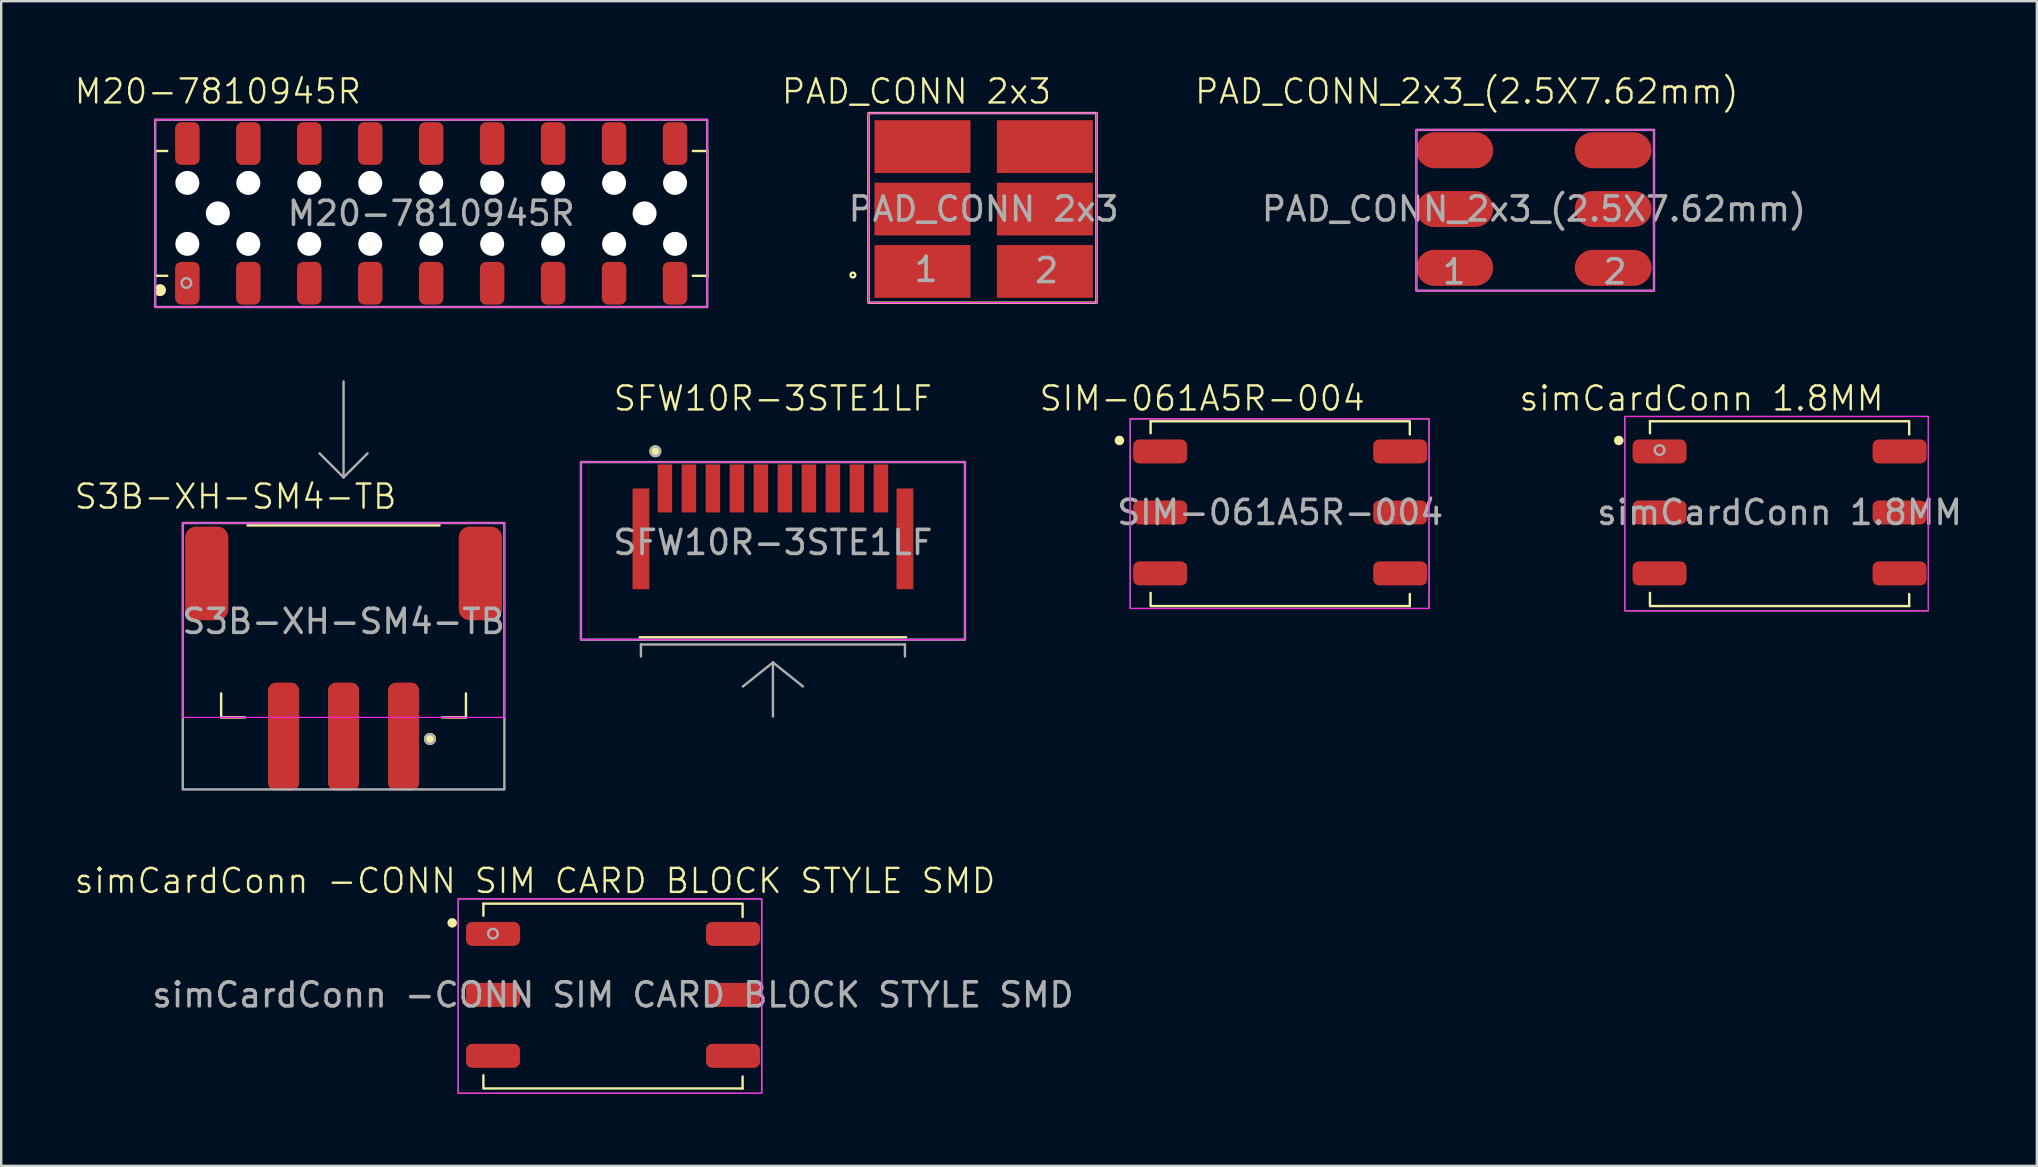
<source format=kicad_pcb>
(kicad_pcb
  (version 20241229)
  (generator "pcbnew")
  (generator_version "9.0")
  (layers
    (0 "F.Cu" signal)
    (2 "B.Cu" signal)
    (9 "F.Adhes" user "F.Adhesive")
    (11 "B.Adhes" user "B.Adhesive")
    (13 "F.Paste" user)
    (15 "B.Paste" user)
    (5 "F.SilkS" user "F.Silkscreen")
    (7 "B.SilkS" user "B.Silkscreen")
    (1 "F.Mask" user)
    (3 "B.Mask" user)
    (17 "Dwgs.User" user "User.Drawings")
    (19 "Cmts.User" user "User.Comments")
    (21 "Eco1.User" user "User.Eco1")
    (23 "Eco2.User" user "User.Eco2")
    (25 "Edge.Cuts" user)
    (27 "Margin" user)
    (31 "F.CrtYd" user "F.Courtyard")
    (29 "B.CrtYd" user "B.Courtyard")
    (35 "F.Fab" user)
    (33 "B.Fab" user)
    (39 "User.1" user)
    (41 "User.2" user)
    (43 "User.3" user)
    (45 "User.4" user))
  (footprint "PAD_CONN_2x3_(2.5X7.62mm)"
    (layer "F.Cu")
    (at 60.863 5.66)
    (property "Reference" "PAD_CONN_2x3_(2.5X7.62mm)" (at -2.8 -4.9 0) (unlocked yes) (layer "F.SilkS") (effects (font (size 1 1) (thickness 0.1))))
    (attr smd exclude_from_bom)
    (fp_rect (start -4.9 -3.3) (end 5 3.4) (stroke (width 0.05) (type default)) (fill no) (layer "F.CrtYd"))
    (fp_rect (start -4.9 -3.3) (end 5 3.4) (stroke (width 0.1) (type default)) (fill no) (layer "F.Fab"))
    (fp_text user "2" (at 2.8 3.2 0) (unlocked yes) (layer "F.Fab") (effects (font (size 1 1) (thickness 0.15)) (justify left bottom)))
    (fp_text user "1" (at -3.9 3.2 0) (unlocked yes) (layer "F.Fab") (effects (font (size 1 1) (thickness 0.15)) (justify left bottom)))
    (fp_text user "${REFERENCE}" (at 0 0 0) (unlocked yes) (layer "F.Fab") (effects (font (size 1 1) (thickness 0.15))))
    (pad "1" smd oval (at -3.3 2.45) (size 3.2 1.5) (layers "F.Cu" "F.Mask"))
    (pad "2" smd oval (at 3.3 2.45) (size 3.2 1.5) (layers "F.Cu" "F.Mask"))
    (pad "3" smd oval (at -3.3 0) (size 3.2 1.5) (layers "F.Cu" "F.Mask"))
    (pad "4" smd oval (at 3.3 0) (size 3.2 1.5) (layers "F.Cu" "F.Mask"))
    (pad "5" smd oval (at -3.3 -2.45) (size 3.2 1.5) (layers "F.Cu" "F.Mask"))
    (pad "6" smd oval (at 3.3 -2.45) (size 3.2 1.5) (layers "F.Cu" "F.Mask")))
  (footprint "S3B-XH-SM4-TB"
    (layer "F.Cu")
    (at 11.264 22.84)
    (property "Reference" "S3B-XH-SM4-TB" (at -4.5 -5.2 0) (unlocked yes) (layer "F.SilkS") (effects (font (size 1 1) (thickness 0.1))))
    (attr smd)
    (fp_line (start -5.1 3) (end -5.1 4) (stroke (width 0.1) (type default)) (layer "F.SilkS"))
    (fp_line (start -5.1 4) (end -4.1 4) (stroke (width 0.1) (type default)) (layer "F.SilkS"))
    (fp_line (start -4 -4) (end 4 -4) (stroke (width 0.1) (type default)) (layer "F.SilkS"))
    (fp_line (start 5.1 3) (end 5.1 4) (stroke (width 0.1) (type default)) (layer "F.SilkS"))
    (fp_line (start 5.1 4) (end 4.1 4) (stroke (width 0.1) (type default)) (layer "F.SilkS"))
    (fp_circle (center 3.6 4.9) (end 3.8 4.9) (stroke (width 0.1) (type solid)) (fill yes) (layer "F.SilkS"))
    (fp_rect (start -6.7 -4.1) (end 6.7 4) (stroke (width 0.05) (type default)) (fill no) (layer "F.CrtYd"))
    (fp_line (start 0 -6) (end -1 -7) (stroke (width 0.1) (type default)) (layer "F.Fab"))
    (fp_line (start 0 -6) (end 0 -10) (stroke (width 0.1) (type default)) (layer "F.Fab"))
    (fp_line (start 0 -6) (end 1 -7) (stroke (width 0.1) (type default)) (layer "F.Fab"))
    (fp_rect (start -6.7 -4.1) (end 6.7 7) (stroke (width 0.1) (type default)) (fill no) (layer "F.Fab"))
    (fp_circle (center 3.6 4.9) (end 3.8 4.9) (stroke (width 0.1) (type solid)) (fill no) (layer "F.Fab"))
    (fp_text user "${REFERENCE}" (at 0 0 0) (unlocked yes) (layer "F.Fab") (effects (font (size 1 1) (thickness 0.15))))
    (pad "1" smd roundrect (at 2.5 4.8 180) (size 1.3 4.5) (layers "F.Cu" "F.Mask" "F.Paste") (roundrect_rratio 0.25))
    (pad "2" smd roundrect (at 0 4.8 180) (size 1.3 4.5) (layers "F.Cu" "F.Mask" "F.Paste") (roundrect_rratio 0.25))
    (pad "3" smd roundrect (at -2.5 4.8 180) (size 1.3 4.5) (layers "F.Cu" "F.Mask" "F.Paste") (roundrect_rratio 0.25))
    (pad "4" smd roundrect (at 5.7 -2 180) (size 1.8 3.9) (layers "F.Cu" "F.Mask" "F.Paste") (roundrect_rratio 0.25))
    (pad "5" smd roundrect (at -5.7 -2 180) (size 1.8 3.9) (layers "F.Cu" "F.Mask" "F.Paste") (roundrect_rratio 0.25)))
  (footprint "M20-7810945R"
    (layer "F.Cu")
    (at 14.916 5.84)
    (property "Reference" "M20-7810945R" (at -8.89 -5.08 0) (unlocked yes) (layer "F.SilkS") (effects (font (size 1 1) (thickness 0.1))))
    (attr smd)
    (fp_line (start -11.5 -2.6) (end -11.5 2.6) (stroke (width 0.1) (type default)) (layer "F.SilkS"))
    (fp_line (start -11.5 -2.6) (end -11 -2.6) (stroke (width 0.1) (type default)) (layer "F.SilkS"))
    (fp_line (start -11.5 2.6) (end -11 2.6) (stroke (width 0.1) (type default)) (layer "F.SilkS"))
    (fp_line (start 10.9 -2.6) (end 11.5 -2.6) (stroke (width 0.1) (type default)) (layer "F.SilkS"))
    (fp_line (start 11.5 -2.6) (end 11.5 2.6) (stroke (width 0.1) (type default)) (layer "F.SilkS"))
    (fp_line (start 11.5 2.6) (end 10.9 2.6) (stroke (width 0.1) (type default)) (layer "F.SilkS"))
    (fp_circle (center -11.3 3.2) (end -11.1 3.2) (stroke (width 0.1) (type solid)) (fill yes) (layer "F.SilkS"))
    (fp_rect (start -11.5 -3.9) (end 11.5 3.9) (stroke (width 0.05) (type default)) (fill no) (layer "F.CrtYd"))
    (fp_rect (start -11.5 -3.9) (end 11.5 3.9) (stroke (width 0.1) (type default)) (fill no) (layer "F.Fab"))
    (fp_circle (center -10.2 2.9) (end -10 2.9) (stroke (width 0.1) (type solid)) (fill no) (layer "F.Fab"))
    (fp_text user "${REFERENCE}" (at 0 0 0) (unlocked yes) (layer "F.Fab") (effects (font (size 1 1) (thickness 0.15))))
    (pad "" np_thru_hole circle (at -10.16 -1.27) (size 1 1) (drill 1.02) (layers "*.Cu" "*.Mask"))
    (pad "" np_thru_hole circle (at -10.16 1.27) (size 1 1) (drill 1.02) (layers "*.Cu" "*.Mask"))
    (pad "" np_thru_hole circle (at -8.89 0) (size 1 1) (drill 1.8) (layers "*.Cu" "*.Mask"))
    (pad "" np_thru_hole circle (at -7.62 -1.27) (size 1 1) (drill 1.02) (layers "*.Cu" "*.Mask"))
    (pad "" np_thru_hole circle (at -7.62 1.27) (size 1 1) (drill 1.02) (layers "*.Cu" "*.Mask"))
    (pad "" np_thru_hole circle (at -5.08 -1.27) (size 1 1) (drill 1.02) (layers "*.Cu" "*.Mask"))
    (pad "" np_thru_hole circle (at -5.08 1.27) (size 1 1) (drill 1.02) (layers "*.Cu" "*.Mask"))
    (pad "" np_thru_hole circle (at -2.54 -1.27) (size 1 1) (drill 1.02) (layers "*.Cu" "*.Mask"))
    (pad "" np_thru_hole circle (at -2.54 1.27) (size 1 1) (drill 1.02) (layers "*.Cu" "*.Mask"))
    (pad "" np_thru_hole circle (at 0 -1.27) (size 1 1) (drill 1.02) (layers "*.Cu" "*.Mask"))
    (pad "" np_thru_hole circle (at 0 1.27) (size 1 1) (drill 1.02) (layers "*.Cu" "*.Mask"))
    (pad "" np_thru_hole circle (at 2.54 -1.27) (size 1 1) (drill 1.02) (layers "*.Cu" "*.Mask"))
    (pad "" np_thru_hole circle (at 2.54 1.27) (size 1 1) (drill 1.02) (layers "*.Cu" "*.Mask"))
    (pad "" np_thru_hole circle (at 5.08 -1.27) (size 1 1) (drill 1.02) (layers "*.Cu" "*.Mask"))
    (pad "" np_thru_hole circle (at 5.08 1.27) (size 1 1) (drill 1.02) (layers "*.Cu" "*.Mask"))
    (pad "" np_thru_hole circle (at 7.62 -1.27) (size 1 1) (drill 1.02) (layers "*.Cu" "*.Mask"))
    (pad "" np_thru_hole circle (at 7.62 1.27) (size 1 1) (drill 1.02) (layers "*.Cu" "*.Mask"))
    (pad "" np_thru_hole circle (at 8.89 0) (size 1 1) (drill 1.8) (layers "*.Cu" "*.Mask"))
    (pad "" np_thru_hole circle (at 10.16 -1.27) (size 1 1) (drill 1.02) (layers "*.Cu" "*.Mask"))
    (pad "" np_thru_hole circle (at 10.16 1.27) (size 1 1) (drill 1.02) (layers "*.Cu" "*.Mask"))
    (pad "1" smd roundrect (at -10.16 2.91) (size 1.02 1.78) (layers "F.Cu" "F.Mask" "F.Paste") (roundrect_rratio 0.25))
    (pad "2" smd roundrect (at -10.16 -2.91) (size 1.02 1.78) (layers "F.Cu" "F.Mask" "F.Paste") (roundrect_rratio 0.25))
    (pad "3" smd roundrect (at -7.62 2.91) (size 1.02 1.78) (layers "F.Cu" "F.Mask" "F.Paste") (roundrect_rratio 0.25))
    (pad "4" smd roundrect (at -7.62 -2.91) (size 1.02 1.78) (layers "F.Cu" "F.Mask" "F.Paste") (roundrect_rratio 0.25))
    (pad "5" smd roundrect (at -5.08 2.91) (size 1.02 1.78) (layers "F.Cu" "F.Mask" "F.Paste") (roundrect_rratio 0.25))
    (pad "6" smd roundrect (at -5.08 -2.91) (size 1.02 1.78) (layers "F.Cu" "F.Mask" "F.Paste") (roundrect_rratio 0.25))
    (pad "7" smd roundrect (at -2.54 2.91) (size 1.02 1.78) (layers "F.Cu" "F.Mask" "F.Paste") (roundrect_rratio 0.25))
    (pad "8" smd roundrect (at -2.54 -2.91) (size 1.02 1.78) (layers "F.Cu" "F.Mask" "F.Paste") (roundrect_rratio 0.25))
    (pad "9" smd roundrect (at 0 2.91) (size 1.02 1.78) (layers "F.Cu" "F.Mask" "F.Paste") (roundrect_rratio 0.25))
    (pad "10" smd roundrect (at 0 -2.91) (size 1.02 1.78) (layers "F.Cu" "F.Mask" "F.Paste") (roundrect_rratio 0.25))
    (pad "11" smd roundrect (at 2.54 2.91) (size 1.02 1.78) (layers "F.Cu" "F.Mask" "F.Paste") (roundrect_rratio 0.25))
    (pad "12" smd roundrect (at 2.54 -2.91) (size 1.02 1.78) (layers "F.Cu" "F.Mask" "F.Paste") (roundrect_rratio 0.25))
    (pad "13" smd roundrect (at 5.08 2.91) (size 1.02 1.78) (layers "F.Cu" "F.Mask" "F.Paste") (roundrect_rratio 0.25))
    (pad "14" smd roundrect (at 5.08 -2.91) (size 1.02 1.78) (layers "F.Cu" "F.Mask" "F.Paste") (roundrect_rratio 0.25))
    (pad "15" smd roundrect (at 7.62 2.91) (size 1.02 1.78) (layers "F.Cu" "F.Mask" "F.Paste") (roundrect_rratio 0.25))
    (pad "16" smd roundrect (at 7.62 -2.91) (size 1.02 1.78) (layers "F.Cu" "F.Mask" "F.Paste") (roundrect_rratio 0.25))
    (pad "17" smd roundrect (at 10.16 2.91) (size 1.02 1.78) (layers "F.Cu" "F.Mask" "F.Paste") (roundrect_rratio 0.25))
    (pad "18" smd roundrect (at 10.16 -2.91) (size 1.02 1.78) (layers "F.Cu" "F.Mask" "F.Paste") (roundrect_rratio 0.25)))
  (footprint "SFW10R-3STE1LF"
    (layer "F.Cu")
    (at 29.154 19.551)
    (property "Reference" "SFW10R-3STE1LF" (at 0 -6 0) (unlocked yes) (layer "F.SilkS") (effects (font (size 1 1) (thickness 0.1))))
    (attr smd)
    (fp_line (start -5.55 3.95) (end 5.55 3.95) (stroke (width 0.1) (type default)) (layer "F.SilkS"))
    (fp_circle (center -4.9 -3.8) (end -4.7 -3.8) (stroke (width 0.1) (type solid)) (fill yes) (layer "F.SilkS"))
    (fp_rect (start -8 -3.35) (end 8 4.05) (stroke (width 0.05) (type default)) (fill no) (layer "F.CrtYd"))
    (fp_line (start -5.5 4.25) (end 5.5 4.25) (stroke (width 0.1) (type default)) (layer "F.Fab"))
    (fp_line (start -5.5 4.75) (end -5.5 4.25) (stroke (width 0.1) (type default)) (layer "F.Fab"))
    (fp_line (start 0 5) (end -1.25 6) (stroke (width 0.1) (type default)) (layer "F.Fab"))
    (fp_line (start 0 5) (end 0 7.25) (stroke (width 0.1) (type default)) (layer "F.Fab"))
    (fp_line (start 0 5) (end 1.25 6) (stroke (width 0.1) (type default)) (layer "F.Fab"))
    (fp_line (start 5.5 4.25) (end 5.5 4.75) (stroke (width 0.1) (type default)) (layer "F.Fab"))
    (fp_rect (start -8 -3.35) (end 8 4.05) (stroke (width 0.1) (type default)) (fill no) (layer "F.Fab"))
    (fp_circle (center -4.9 -3.8) (end -4.7 -3.8) (stroke (width 0.1) (type solid)) (fill no) (layer "F.Fab"))
    (fp_text user "${REFERENCE}" (at 0 0 0) (unlocked yes) (layer "F.Fab") (effects (font (size 1 1) (thickness 0.15))))
    (pad "1" smd rect (at -4.5 -2.25) (size 0.6 2) (layers "F.Cu" "F.Mask" "F.Paste"))
    (pad "2" smd rect (at -3.5 -2.25) (size 0.6 2) (layers "F.Cu" "F.Mask" "F.Paste"))
    (pad "3" smd rect (at -2.5 -2.25) (size 0.6 2) (layers "F.Cu" "F.Mask" "F.Paste"))
    (pad "4" smd rect (at -1.5 -2.25) (size 0.6 2) (layers "F.Cu" "F.Mask" "F.Paste"))
    (pad "5" smd rect (at -0.5 -2.25) (size 0.6 2) (layers "F.Cu" "F.Mask" "F.Paste"))
    (pad "6" smd rect (at 0.5 -2.25) (size 0.6 2) (layers "F.Cu" "F.Mask" "F.Paste"))
    (pad "7" smd rect (at 1.5 -2.25) (size 0.6 2) (layers "F.Cu" "F.Mask" "F.Paste"))
    (pad "8" smd rect (at 2.5 -2.25) (size 0.6 2) (layers "F.Cu" "F.Mask" "F.Paste"))
    (pad "9" smd rect (at 3.5 -2.25) (size 0.6 2) (layers "F.Cu" "F.Mask" "F.Paste"))
    (pad "10" smd rect (at 4.5 -2.25) (size 0.6 2) (layers "F.Cu" "F.Mask" "F.Paste"))
    (pad "11" smd rect (at -5.5 -0.15) (size 0.7 4.2) (layers "F.Cu" "F.Mask" "F.Paste"))
    (pad "12" smd rect (at 5.5 -0.15) (size 0.7 4.2) (layers "F.Cu" "F.Mask" "F.Paste")))
  (footprint "PAD_CONN 2x3"
    (layer "F.Cu")
    (at 37.935 5.66)
    (property "Reference" "PAD_CONN 2x3" (at -2.8 -4.9 0) (unlocked yes) (layer "F.SilkS") (effects (font (size 1 1) (thickness 0.1))))
    (attr smd exclude_from_bom)
    (fp_rect (start -4.8 -4) (end 4.7 3.9) (stroke (width 0.1) (type default)) (fill no) (layer "F.SilkS"))
    (fp_circle (center -5.45 2.75) (end -5.35 2.75) (stroke (width 0.1) (type default)) (fill no) (layer "F.SilkS"))
    (fp_rect (start -4.8 -4) (end 4.7 3.9) (stroke (width 0.05) (type default)) (fill no) (layer "F.CrtYd"))
    (fp_text user "${REFERENCE}" (at 0 0 0) (unlocked yes) (layer "F.Fab") (effects (font (size 1 1) (thickness 0.15))))
    (fp_text user "2" (at 2.05 3.15 0) (unlocked yes) (layer "F.Fab") (effects (font (size 1 1) (thickness 0.15)) (justify left bottom)))
    (fp_text user "1" (at -2.975 3.1 0) (unlocked yes) (layer "F.Fab") (effects (font (size 1 1) (thickness 0.15)) (justify left bottom)))
    (pad "1" smd rect (at -2.55 2.6) (size 4 2.2) (layers "F.Cu" "F.Mask"))
    (pad "2" smd rect (at 2.55 2.6) (size 4 2.2) (layers "F.Cu" "F.Mask"))
    (pad "3" smd rect (at -2.55 0) (size 4 2.2) (layers "F.Cu" "F.Mask"))
    (pad "4" smd rect (at 2.55 0) (size 4 2.2) (layers "F.Cu" "F.Mask"))
    (pad "5" smd rect (at -2.55 -2.6) (size 4 2.2) (layers "F.Cu" "F.Mask"))
    (pad "6" smd rect (at 2.55 -2.6) (size 4 2.2) (layers "F.Cu" "F.Mask")))
  (footprint "simCardConn -CONN SIM CARD BLOCK STYLE SMD"
    (layer "F.Cu")
    (at 22.49 38.401)
    (property "Reference" "simCardConn -CONN SIM CARD BLOCK STYLE SMD" (at -3.25 -4.75 0) (unlocked yes) (layer "F.SilkS") (effects (font (size 1 1) (thickness 0.1))))
    (attr smd)
    (fp_line (start -5.4 -3.8) (end -5.4 -3.3) (stroke (width 0.1) (type default)) (layer "F.SilkS"))
    (fp_line (start -5.4 -3.8) (end 5.4 -3.8) (stroke (width 0.1) (type default)) (layer "F.SilkS"))
    (fp_line (start -5.4 3.85) (end -5.4 3.35) (stroke (width 0.1) (type default)) (layer "F.SilkS"))
    (fp_line (start 5.4 -3.75) (end 5.4 -3.25) (stroke (width 0.1) (type default)) (layer "F.SilkS"))
    (fp_line (start 5.4 3.9) (end -5.4 3.9) (stroke (width 0.1) (type default)) (layer "F.SilkS"))
    (fp_line (start 5.4 3.9) (end 5.4 3.4) (stroke (width 0.1) (type default)) (layer "F.SilkS"))
    (fp_circle (center -6.7 -3) (end -6.6 -3) (stroke (width 0.2) (type default)) (fill no) (layer "F.SilkS"))
    (fp_rect (start -6.45 -4) (end 6.2 4.1) (stroke (width 0.05) (type default)) (fill no) (layer "F.CrtYd"))
    (fp_rect (start -6.45 -4) (end 6.2 4.1) (stroke (width 0.05) (type default)) (fill no) (layer "F.Fab"))
    (fp_circle (center -5 -2.55) (end -4.8 -2.55) (stroke (width 0.1) (type solid)) (fill no) (layer "F.Fab"))
    (fp_text user "${REFERENCE}" (at 0 0 0) (unlocked yes) (layer "F.Fab") (effects (font (size 1 1) (thickness 0.15))))
    (pad "1" smd roundrect (at -5 -2.54) (size 2.25 1) (layers "F.Cu" "F.Mask" "F.Paste") (roundrect_rratio 0.25))
    (pad "2" smd roundrect (at 5 -2.54) (size 2.25 1) (layers "F.Cu" "F.Mask" "F.Paste") (roundrect_rratio 0.25))
    (pad "3" smd roundrect (at -5 0) (size 2.25 1) (layers "F.Cu" "F.Mask" "F.Paste") (roundrect_rratio 0.25))
    (pad "4" smd roundrect (at 5 0) (size 2.25 1) (layers "F.Cu" "F.Mask" "F.Paste") (roundrect_rratio 0.25))
    (pad "5" smd roundrect (at -5 2.54) (size 2.25 1) (layers "F.Cu" "F.Mask" "F.Paste") (roundrect_rratio 0.25))
    (pad "6" smd roundrect (at 5 2.54) (size 2.25 1) (layers "F.Cu" "F.Mask" "F.Paste") (roundrect_rratio 0.25)))
  (footprint "SIM-061A5R-004"
    (layer "F.Cu")
    (at 50.289 18.301)
    (property "Reference" "SIM-061A5R-004" (at -3.25 -4.75 0) (unlocked yes) (layer "F.SilkS") (effects (font (size 1 1) (thickness 0.1))))
    (attr smd)
    (fp_line (start -5.4 -3.8) (end -5.4 -3.3) (stroke (width 0.1) (type default)) (layer "F.SilkS"))
    (fp_line (start -5.4 -3.8) (end 5.4 -3.8) (stroke (width 0.1) (type default)) (layer "F.SilkS"))
    (fp_line (start -5.4 3.85) (end -5.4 3.35) (stroke (width 0.1) (type default)) (layer "F.SilkS"))
    (fp_line (start 5.4 -3.75) (end 5.4 -3.25) (stroke (width 0.1) (type default)) (layer "F.SilkS"))
    (fp_line (start 5.4 3.9) (end -5.4 3.9) (stroke (width 0.1) (type default)) (layer "F.SilkS"))
    (fp_line (start 5.4 3.9) (end 5.4 3.4) (stroke (width 0.1) (type default)) (layer "F.SilkS"))
    (fp_circle (center -6.7 -3) (end -6.6 -3) (stroke (width 0.2) (type default)) (fill no) (layer "F.SilkS"))
    (fp_rect (start -6.25 -3.9) (end 6.2 4) (stroke (width 0.05) (type default)) (fill no) (layer "F.CrtYd"))
    (fp_rect (start -6.25 -3.9) (end 6.2 4) (stroke (width 0.05) (type default)) (fill no) (layer "F.Fab"))
    (fp_text user "${REFERENCE}" (at 0 0 0) (unlocked yes) (layer "F.Fab") (effects (font (size 1 1) (thickness 0.15))))
    (pad "1" smd roundrect (at -5 -2.54) (size 2.25 1) (layers "F.Cu" "F.Mask" "F.Paste") (roundrect_rratio 0.25))
    (pad "2" smd roundrect (at 5 -2.54) (size 2.25 1) (layers "F.Cu" "F.Mask" "F.Paste") (roundrect_rratio 0.25))
    (pad "3" smd roundrect (at -5 0) (size 2.25 1) (layers "F.Cu" "F.Mask" "F.Paste") (roundrect_rratio 0.25))
    (pad "4" smd roundrect (at 5 0) (size 2.25 1) (layers "F.Cu" "F.Mask" "F.Paste") (roundrect_rratio 0.25))
    (pad "5" smd roundrect (at -5 2.54) (size 2.25 1) (layers "F.Cu" "F.Mask" "F.Paste") (roundrect_rratio 0.25))
    (pad "6" smd roundrect (at 5 2.54) (size 2.25 1) (layers "F.Cu" "F.Mask" "F.Paste") (roundrect_rratio 0.25)))
  (footprint "simCardConn 1.8MM"
    (layer "F.Cu")
    (at 71.095 18.301)
    (property "Reference" "simCardConn 1.8MM" (at -3.25 -4.75 0) (unlocked yes) (layer "F.SilkS") (effects (font (size 1 1) (thickness 0.1))))
    (attr smd)
    (fp_line (start -5.4 -3.8) (end -5.4 -3.3) (stroke (width 0.1) (type default)) (layer "F.SilkS"))
    (fp_line (start -5.4 -3.8) (end 5.4 -3.8) (stroke (width 0.1) (type default)) (layer "F.SilkS"))
    (fp_line (start -5.4 3.85) (end -5.4 3.35) (stroke (width 0.1) (type default)) (layer "F.SilkS"))
    (fp_line (start 5.4 -3.75) (end 5.4 -3.25) (stroke (width 0.1) (type default)) (layer "F.SilkS"))
    (fp_line (start 5.4 3.9) (end -5.4 3.9) (stroke (width 0.1) (type default)) (layer "F.SilkS"))
    (fp_line (start 5.4 3.9) (end 5.4 3.4) (stroke (width 0.1) (type default)) (layer "F.SilkS"))
    (fp_circle (center -6.7 -3) (end -6.6 -3) (stroke (width 0.2) (type default)) (fill no) (layer "F.SilkS"))
    (fp_rect (start -6.45 -4) (end 6.2 4.1) (stroke (width 0.05) (type default)) (fill no) (layer "F.CrtYd"))
    (fp_rect (start -6.45 -4) (end 6.2 4.1) (stroke (width 0.05) (type default)) (fill no) (layer "F.Fab"))
    (fp_circle (center -5 -2.6) (end -4.8 -2.6) (stroke (width 0.1) (type solid)) (fill no) (layer "F.Fab"))
    (fp_text user "${REFERENCE}" (at 0 0 0) (unlocked yes) (layer "F.Fab") (effects (font (size 1 1) (thickness 0.15))))
    (pad "1" smd roundrect (at -5 -2.54) (size 2.25 1) (layers "F.Cu" "F.Mask" "F.Paste") (roundrect_rratio 0.25))
    (pad "2" smd roundrect (at 5 -2.54) (size 2.25 1) (layers "F.Cu" "F.Mask" "F.Paste") (roundrect_rratio 0.25))
    (pad "3" smd roundrect (at -5 0) (size 2.25 1) (layers "F.Cu" "F.Mask" "F.Paste") (roundrect_rratio 0.25))
    (pad "4" smd roundrect (at 5 0) (size 2.25 1) (layers "F.Cu" "F.Mask" "F.Paste") (roundrect_rratio 0.25))
    (pad "5" smd roundrect (at -5 2.54) (size 2.25 1) (layers "F.Cu" "F.Mask" "F.Paste") (roundrect_rratio 0.25))
    (pad "6" smd roundrect (at 5 2.54) (size 2.25 1) (layers "F.Cu" "F.Mask" "F.Paste") (roundrect_rratio 0.25)))
  (gr_rect
    (start -3 -3)
    (end 81.815 45.526)
    (stroke (width 0.1) (type default))
    (fill no)
    (layer "Edge.Cuts")))
</source>
